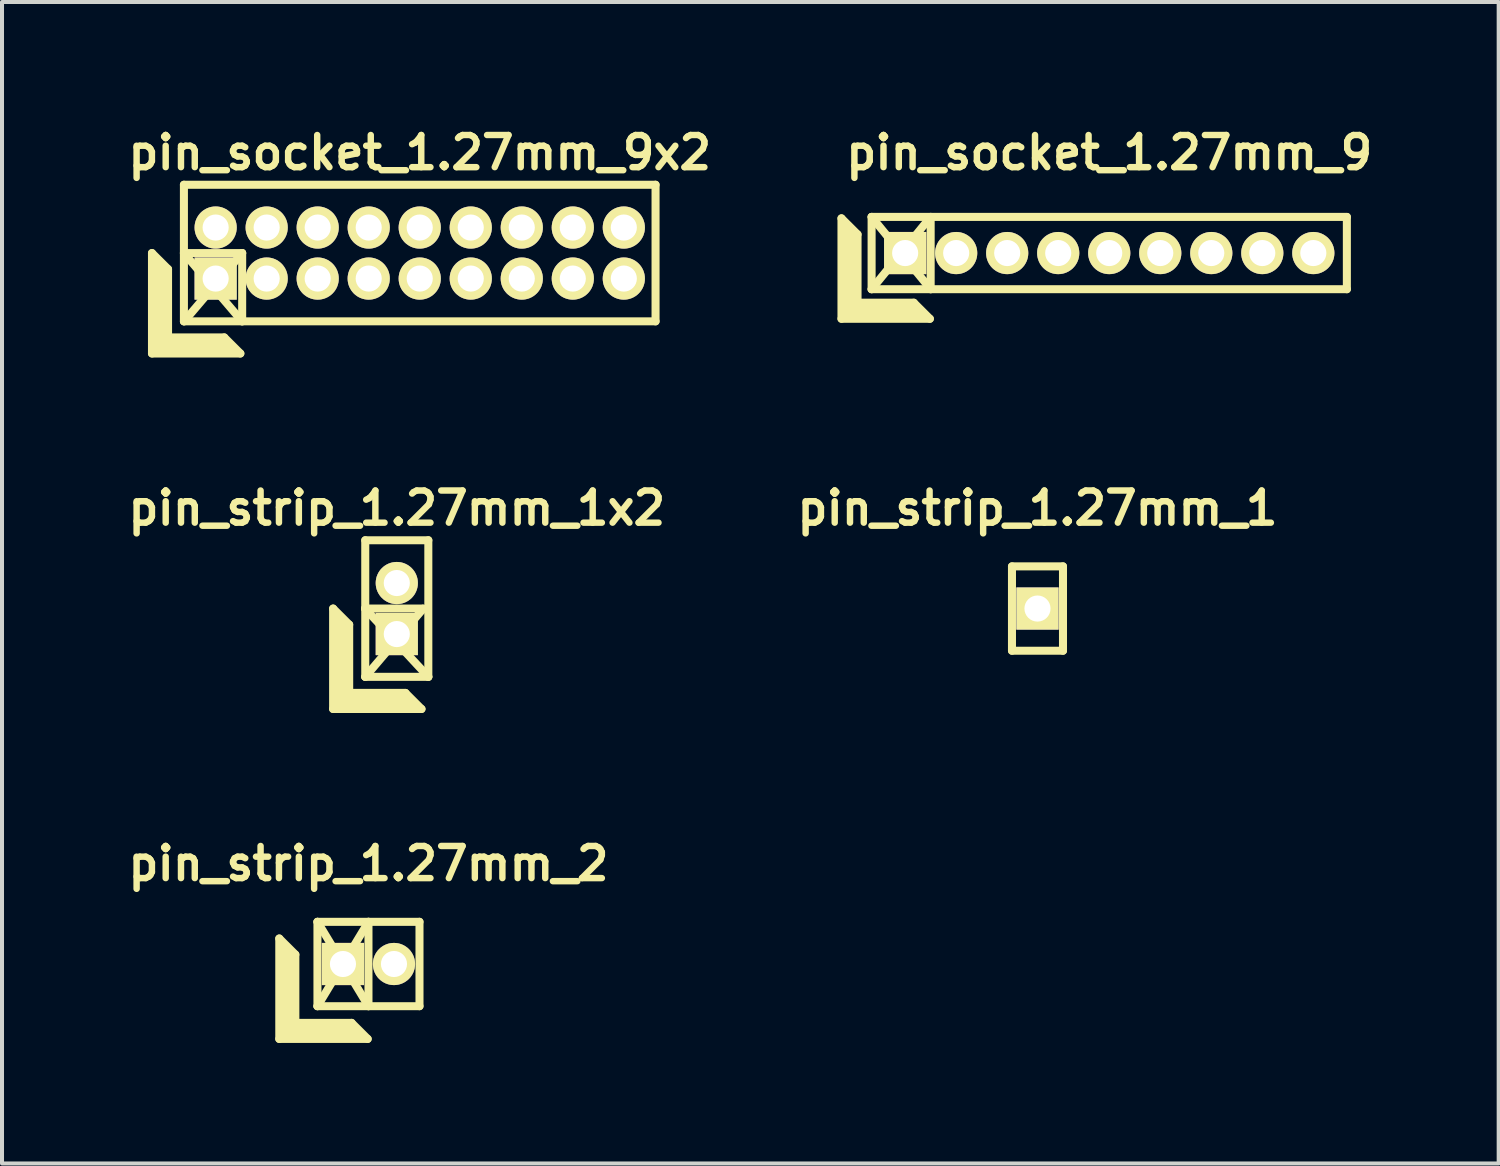
<source format=kicad_pcb>
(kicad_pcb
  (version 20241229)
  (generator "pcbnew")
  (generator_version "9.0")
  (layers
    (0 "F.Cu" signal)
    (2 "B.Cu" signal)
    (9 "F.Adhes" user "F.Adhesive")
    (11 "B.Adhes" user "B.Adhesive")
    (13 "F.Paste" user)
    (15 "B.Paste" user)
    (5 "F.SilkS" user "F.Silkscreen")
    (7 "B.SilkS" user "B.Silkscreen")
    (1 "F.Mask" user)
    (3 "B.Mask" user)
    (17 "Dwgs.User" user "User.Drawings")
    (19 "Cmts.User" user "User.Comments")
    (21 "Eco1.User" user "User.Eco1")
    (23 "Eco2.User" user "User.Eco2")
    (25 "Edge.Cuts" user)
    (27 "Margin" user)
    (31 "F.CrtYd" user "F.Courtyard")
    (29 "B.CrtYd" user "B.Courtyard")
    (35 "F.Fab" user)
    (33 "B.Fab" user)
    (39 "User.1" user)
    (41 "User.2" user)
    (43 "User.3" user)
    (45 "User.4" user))
  (footprint "pin_strip_1.27mm_1x2"
    (layer "F.Cu")
    (at 6.827 12.098)
    (property "Reference" "pin_strip_1.27mm_1x2" (at 0 -2.5 0) (layer "F.SilkS") (effects (font (size 0.8 0.8) (thickness 0.16))))
    (attr through_hole)
    (fp_line (start -1.585 0) (end -1.585 2.5) (stroke (width 0.2) (type solid)) (layer "F.SilkS"))
    (fp_line (start -1.585 0) (end -1.185 0.4) (stroke (width 0.2) (type solid)) (layer "F.SilkS"))
    (fp_line (start -1.585 2.5) (end 0.615 2.5) (stroke (width 0.2) (type solid)) (layer "F.SilkS"))
    (fp_line (start -1.485 2.4) (end -1.485 0.2) (stroke (width 0.2) (type solid)) (layer "F.SilkS"))
    (fp_line (start -1.485 2.4) (end 0.415 2.4) (stroke (width 0.2) (type solid)) (layer "F.SilkS"))
    (fp_line (start -1.385 2.3) (end -1.385 0.3) (stroke (width 0.2) (type solid)) (layer "F.SilkS"))
    (fp_line (start -1.385 2.3) (end 0.315 2.3) (stroke (width 0.2) (type solid)) (layer "F.SilkS"))
    (fp_line (start -1.285 2.2) (end -1.285 0.4) (stroke (width 0.2) (type solid)) (layer "F.SilkS"))
    (fp_line (start -1.285 2.2) (end 0.215 2.2) (stroke (width 0.2) (type solid)) (layer "F.SilkS"))
    (fp_line (start -1.185 2.1) (end -1.185 0.4) (stroke (width 0.2) (type solid)) (layer "F.SilkS"))
    (fp_line (start -1.185 2.1) (end 0.215 2.1) (stroke (width 0.2) (type solid)) (layer "F.SilkS"))
    (fp_line (start -0.79 0) (end 0.635 0) (stroke (width 0.2) (type solid)) (layer "F.SilkS"))
    (fp_line (start -0.79 0) (end 0.785 1.7) (stroke (width 0.2) (type solid)) (layer "F.SilkS"))
    (fp_line (start -0.785 -1.7) (end 0.785 -1.7) (stroke (width 0.2) (type solid)) (layer "F.SilkS"))
    (fp_line (start -0.785 1.7) (end -0.785 -1.7) (stroke (width 0.2) (type solid)) (layer "F.SilkS"))
    (fp_line (start 0.215 2.1) (end 0.615 2.5) (stroke (width 0.2) (type solid)) (layer "F.SilkS"))
    (fp_line (start 0.66 0) (end -0.785 1.7) (stroke (width 0.2) (type solid)) (layer "F.SilkS"))
    (fp_line (start 0.785 -1.7) (end 0.785 1.7) (stroke (width 0.2) (type solid)) (layer "F.SilkS"))
    (fp_line (start 0.785 1.7) (end -0.785 1.7) (stroke (width 0.2) (type solid)) (layer "F.SilkS"))
    (pad "1" thru_hole rect (at 0 0.635) (size 1.05 1.05) (drill 0.65) (layers "*.Cu" "*.Mask" "F.SilkS"))
    (pad "2" thru_hole oval (at 0 -0.635) (size 1.05 1.05) (drill 0.65) (layers "*.Cu" "*.Mask" "F.SilkS")))
  (footprint "pin_strip_1.27mm_1"
    (layer "F.Cu")
    (at 22.775 12.098)
    (property "Reference" "pin_strip_1.27mm_1" (at 0 -2.5 0) (layer "F.SilkS") (effects (font (size 0.8 0.8) (thickness 0.16))))
    (attr through_hole)
    (fp_line (start -0.635 -1.05) (end 0.635 -1.05) (stroke (width 0.2) (type solid)) (layer "F.SilkS"))
    (fp_line (start -0.635 1.05) (end -0.635 -1.05) (stroke (width 0.2) (type solid)) (layer "F.SilkS"))
    (fp_line (start 0.635 -1.05) (end 0.635 1.05) (stroke (width 0.2) (type solid)) (layer "F.SilkS"))
    (fp_line (start 0.635 1.05) (end -0.635 1.05) (stroke (width 0.2) (type solid)) (layer "F.SilkS"))
    (pad "1" thru_hole rect (at 0 0) (size 1.05 1.05) (drill 0.65) (layers "*.Cu" "*.Mask" "F.SilkS")))
  (footprint "pin_strip_1.27mm_2"
    (layer "F.Cu")
    (at 6.122 20.946)
    (property "Reference" "pin_strip_1.27mm_2" (at 0 -2.5 0) (layer "F.SilkS") (effects (font (size 0.8 0.8) (thickness 0.16))))
    (attr through_hole)
    (fp_line (start -2.22 -0.635) (end -2.22 1.865) (stroke (width 0.2) (type solid)) (layer "F.SilkS"))
    (fp_line (start -2.22 -0.635) (end -1.82 -0.235) (stroke (width 0.2) (type solid)) (layer "F.SilkS"))
    (fp_line (start -2.22 1.865) (end -0.02 1.865) (stroke (width 0.2) (type solid)) (layer "F.SilkS"))
    (fp_line (start -2.12 1.765) (end -2.12 -0.435) (stroke (width 0.2) (type solid)) (layer "F.SilkS"))
    (fp_line (start -2.12 1.765) (end -0.22 1.765) (stroke (width 0.2) (type solid)) (layer "F.SilkS"))
    (fp_line (start -2.02 1.665) (end -2.02 -0.335) (stroke (width 0.2) (type solid)) (layer "F.SilkS"))
    (fp_line (start -2.02 1.665) (end -0.32 1.665) (stroke (width 0.2) (type solid)) (layer "F.SilkS"))
    (fp_line (start -1.92 1.565) (end -1.92 -0.235) (stroke (width 0.2) (type solid)) (layer "F.SilkS"))
    (fp_line (start -1.92 1.565) (end -0.42 1.565) (stroke (width 0.2) (type solid)) (layer "F.SilkS"))
    (fp_line (start -1.82 1.465) (end -1.82 -0.235) (stroke (width 0.2) (type solid)) (layer "F.SilkS"))
    (fp_line (start -1.82 1.465) (end -0.42 1.465) (stroke (width 0.2) (type solid)) (layer "F.SilkS"))
    (fp_line (start -1.27 -1.05) (end 0 1.05) (stroke (width 0.2) (type solid)) (layer "F.SilkS"))
    (fp_line (start -1.27 -1.05) (end 1.27 -1.05) (stroke (width 0.2) (type solid)) (layer "F.SilkS"))
    (fp_line (start -1.27 1.05) (end -1.27 -1.05) (stroke (width 0.2) (type solid)) (layer "F.SilkS"))
    (fp_line (start -1.27 1.05) (end 0 -1.05) (stroke (width 0.2) (type solid)) (layer "F.SilkS"))
    (fp_line (start -0.42 1.465) (end -0.02 1.865) (stroke (width 0.2) (type solid)) (layer "F.SilkS"))
    (fp_line (start 0 -1.05) (end 0 1.05) (stroke (width 0.2) (type solid)) (layer "F.SilkS"))
    (fp_line (start 1.27 -1.05) (end 1.27 1.05) (stroke (width 0.2) (type solid)) (layer "F.SilkS"))
    (fp_line (start 1.27 1.05) (end -1.27 1.05) (stroke (width 0.2) (type solid)) (layer "F.SilkS"))
    (pad "1" thru_hole rect (at -0.635 0) (size 1.05 1.05) (drill 0.65) (layers "*.Cu" "*.Mask" "F.SilkS"))
    (pad "2" thru_hole oval (at 0.635 0) (size 1.05 1.05) (drill 0.65) (layers "*.Cu" "*.Mask" "F.SilkS")))
  (footprint "pin_socket_1.27mm_9"
    (layer "F.Cu")
    (at 24.561 3.249)
    (property "Reference" "pin_socket_1.27mm_9" (at 0 -2.5 0) (layer "F.SilkS") (effects (font (size 0.8 0.8) (thickness 0.16))))
    (attr through_hole)
    (fp_line (start -6.665 -0.864) (end -6.665 1.636) (stroke (width 0.2) (type solid)) (layer "F.SilkS"))
    (fp_line (start -6.665 -0.864) (end -6.265 -0.464) (stroke (width 0.2) (type solid)) (layer "F.SilkS"))
    (fp_line (start -6.665 1.636) (end -4.465 1.636) (stroke (width 0.2) (type solid)) (layer "F.SilkS"))
    (fp_line (start -6.565 1.536) (end -6.565 -0.664) (stroke (width 0.2) (type solid)) (layer "F.SilkS"))
    (fp_line (start -6.565 1.536) (end -4.665 1.536) (stroke (width 0.2) (type solid)) (layer "F.SilkS"))
    (fp_line (start -6.465 1.436) (end -6.465 -0.564) (stroke (width 0.2) (type solid)) (layer "F.SilkS"))
    (fp_line (start -6.465 1.436) (end -4.765 1.436) (stroke (width 0.2) (type solid)) (layer "F.SilkS"))
    (fp_line (start -6.365 1.336) (end -6.365 -0.464) (stroke (width 0.2) (type solid)) (layer "F.SilkS"))
    (fp_line (start -6.365 1.336) (end -4.865 1.336) (stroke (width 0.2) (type solid)) (layer "F.SilkS"))
    (fp_line (start -6.265 1.236) (end -6.265 -0.464) (stroke (width 0.2) (type solid)) (layer "F.SilkS"))
    (fp_line (start -6.265 1.236) (end -4.865 1.236) (stroke (width 0.2) (type solid)) (layer "F.SilkS"))
    (fp_line (start -5.915 -0.9) (end -4.445 0.9) (stroke (width 0.2) (type solid)) (layer "F.SilkS"))
    (fp_line (start -5.915 -0.9) (end 5.915 -0.9) (stroke (width 0.2) (type solid)) (layer "F.SilkS"))
    (fp_line (start -5.915 0.9) (end -5.915 -0.9) (stroke (width 0.2) (type solid)) (layer "F.SilkS"))
    (fp_line (start -5.915 0.9) (end -4.445 -0.9) (stroke (width 0.2) (type solid)) (layer "F.SilkS"))
    (fp_line (start -4.865 1.236) (end -4.465 1.636) (stroke (width 0.2) (type solid)) (layer "F.SilkS"))
    (fp_line (start -4.445 -0.9) (end -4.445 0.9) (stroke (width 0.2) (type solid)) (layer "F.SilkS"))
    (fp_line (start 5.915 -0.9) (end 5.915 0.9) (stroke (width 0.2) (type solid)) (layer "F.SilkS"))
    (fp_line (start 5.915 0.9) (end -5.915 0.9) (stroke (width 0.2) (type solid)) (layer "F.SilkS"))
    (pad "1" thru_hole rect (at -5.08 0) (size 1.05 1.05) (drill 0.65) (layers "*.Cu" "*.Mask" "F.SilkS"))
    (pad "2" thru_hole oval (at -3.81 0) (size 1.05 1.05) (drill 0.65) (layers "*.Cu" "*.Mask" "F.SilkS"))
    (pad "3" thru_hole oval (at -2.54 0) (size 1.05 1.05) (drill 0.65) (layers "*.Cu" "*.Mask" "F.SilkS"))
    (pad "4" thru_hole oval (at -1.27 0) (size 1.05 1.05) (drill 0.65) (layers "*.Cu" "*.Mask" "F.SilkS"))
    (pad "5" thru_hole oval (at 0 0) (size 1.05 1.05) (drill 0.65) (layers "*.Cu" "*.Mask" "F.SilkS"))
    (pad "6" thru_hole oval (at 1.27 0) (size 1.05 1.05) (drill 0.65) (layers "*.Cu" "*.Mask" "F.SilkS"))
    (pad "7" thru_hole oval (at 2.54 0) (size 1.05 1.05) (drill 0.65) (layers "*.Cu" "*.Mask" "F.SilkS"))
    (pad "8" thru_hole oval (at 3.81 0) (size 1.05 1.05) (drill 0.65) (layers "*.Cu" "*.Mask" "F.SilkS"))
    (pad "9" thru_hole oval (at 5.08 0) (size 1.05 1.05) (drill 0.65) (layers "*.Cu" "*.Mask" "F.SilkS")))
  (footprint "pin_socket_1.27mm_9x2"
    (layer "F.Cu")
    (at 7.398 3.249)
    (property "Reference" "pin_socket_1.27mm_9x2" (at 0 -2.5 0) (layer "F.SilkS") (effects (font (size 0.8 0.8) (thickness 0.16))))
    (attr through_hole)
    (fp_line (start -6.665 0) (end -6.665 2.5) (stroke (width 0.2) (type solid)) (layer "F.SilkS"))
    (fp_line (start -6.665 0) (end -6.265 0.4) (stroke (width 0.2) (type solid)) (layer "F.SilkS"))
    (fp_line (start -6.665 2.5) (end -4.465 2.5) (stroke (width 0.2) (type solid)) (layer "F.SilkS"))
    (fp_line (start -6.565 2.4) (end -6.565 0.2) (stroke (width 0.2) (type solid)) (layer "F.SilkS"))
    (fp_line (start -6.565 2.4) (end -4.665 2.4) (stroke (width 0.2) (type solid)) (layer "F.SilkS"))
    (fp_line (start -6.465 2.3) (end -6.465 0.3) (stroke (width 0.2) (type solid)) (layer "F.SilkS"))
    (fp_line (start -6.465 2.3) (end -4.765 2.3) (stroke (width 0.2) (type solid)) (layer "F.SilkS"))
    (fp_line (start -6.365 2.2) (end -6.365 0.4) (stroke (width 0.2) (type solid)) (layer "F.SilkS"))
    (fp_line (start -6.365 2.2) (end -4.865 2.2) (stroke (width 0.2) (type solid)) (layer "F.SilkS"))
    (fp_line (start -6.265 2.1) (end -6.265 0.4) (stroke (width 0.2) (type solid)) (layer "F.SilkS"))
    (fp_line (start -6.265 2.1) (end -4.865 2.1) (stroke (width 0.2) (type solid)) (layer "F.SilkS"))
    (fp_line (start -5.87 -1.7) (end 5.87 -1.7) (stroke (width 0.2) (type solid)) (layer "F.SilkS"))
    (fp_line (start -5.87 0) (end -4.42 0) (stroke (width 0.2) (type solid)) (layer "F.SilkS"))
    (fp_line (start -5.87 0) (end -4.42 1.7) (stroke (width 0.2) (type solid)) (layer "F.SilkS"))
    (fp_line (start -5.87 1.7) (end -5.87 -1.7) (stroke (width 0.2) (type solid)) (layer "F.SilkS"))
    (fp_line (start -4.865 2.1) (end -4.465 2.5) (stroke (width 0.2) (type solid)) (layer "F.SilkS"))
    (fp_line (start -4.42 0) (end -5.865 1.7) (stroke (width 0.2) (type solid)) (layer "F.SilkS"))
    (fp_line (start -4.42 0) (end -4.42 1.7) (stroke (width 0.2) (type solid)) (layer "F.SilkS"))
    (fp_line (start 5.87 -1.7) (end 5.87 1.7) (stroke (width 0.2) (type solid)) (layer "F.SilkS"))
    (fp_line (start 5.87 1.7) (end -5.87 1.7) (stroke (width 0.2) (type solid)) (layer "F.SilkS"))
    (pad "1" thru_hole rect (at -5.08 0.635) (size 1.05 1.05) (drill 0.65) (layers "*.Cu" "*.Mask" "F.SilkS"))
    (pad "2" thru_hole oval (at -5.08 -0.635) (size 1.05 1.05) (drill 0.65) (layers "*.Cu" "*.Mask" "F.SilkS"))
    (pad "3" thru_hole oval (at -3.81 0.635) (size 1.05 1.05) (drill 0.65) (layers "*.Cu" "*.Mask" "F.SilkS"))
    (pad "4" thru_hole oval (at -3.81 -0.635) (size 1.05 1.05) (drill 0.65) (layers "*.Cu" "*.Mask" "F.SilkS"))
    (pad "5" thru_hole oval (at -2.54 0.635) (size 1.05 1.05) (drill 0.65) (layers "*.Cu" "*.Mask" "F.SilkS"))
    (pad "6" thru_hole oval (at -2.54 -0.635) (size 1.05 1.05) (drill 0.65) (layers "*.Cu" "*.Mask" "F.SilkS"))
    (pad "7" thru_hole oval (at -1.27 0.635) (size 1.05 1.05) (drill 0.65) (layers "*.Cu" "*.Mask" "F.SilkS"))
    (pad "8" thru_hole oval (at -1.27 -0.635) (size 1.05 1.05) (drill 0.65) (layers "*.Cu" "*.Mask" "F.SilkS"))
    (pad "9" thru_hole oval (at 0 0.635) (size 1.05 1.05) (drill 0.65) (layers "*.Cu" "*.Mask" "F.SilkS"))
    (pad "10" thru_hole oval (at 0 -0.635) (size 1.05 1.05) (drill 0.65) (layers "*.Cu" "*.Mask" "F.SilkS"))
    (pad "11" thru_hole oval (at 1.27 0.635) (size 1.05 1.05) (drill 0.65) (layers "*.Cu" "*.Mask" "F.SilkS"))
    (pad "12" thru_hole oval (at 1.27 -0.635) (size 1.05 1.05) (drill 0.65) (layers "*.Cu" "*.Mask" "F.SilkS"))
    (pad "13" thru_hole oval (at 2.54 0.635) (size 1.05 1.05) (drill 0.65) (layers "*.Cu" "*.Mask" "F.SilkS"))
    (pad "14" thru_hole oval (at 2.54 -0.635) (size 1.05 1.05) (drill 0.65) (layers "*.Cu" "*.Mask" "F.SilkS"))
    (pad "15" thru_hole oval (at 3.81 0.635) (size 1.05 1.05) (drill 0.65) (layers "*.Cu" "*.Mask" "F.SilkS"))
    (pad "16" thru_hole oval (at 3.81 -0.635) (size 1.05 1.05) (drill 0.65) (layers "*.Cu" "*.Mask" "F.SilkS"))
    (pad "17" thru_hole oval (at 5.08 0.635) (size 1.05 1.05) (drill 0.65) (layers "*.Cu" "*.Mask" "F.SilkS"))
    (pad "18" thru_hole oval (at 5.08 -0.635) (size 1.05 1.05) (drill 0.65) (layers "*.Cu" "*.Mask" "F.SilkS")))
  (gr_rect
    (start -3 -3)
    (end 34.255 25.911)
    (stroke (width 0.1) (type default))
    (fill no)
    (layer "Edge.Cuts")))
</source>
